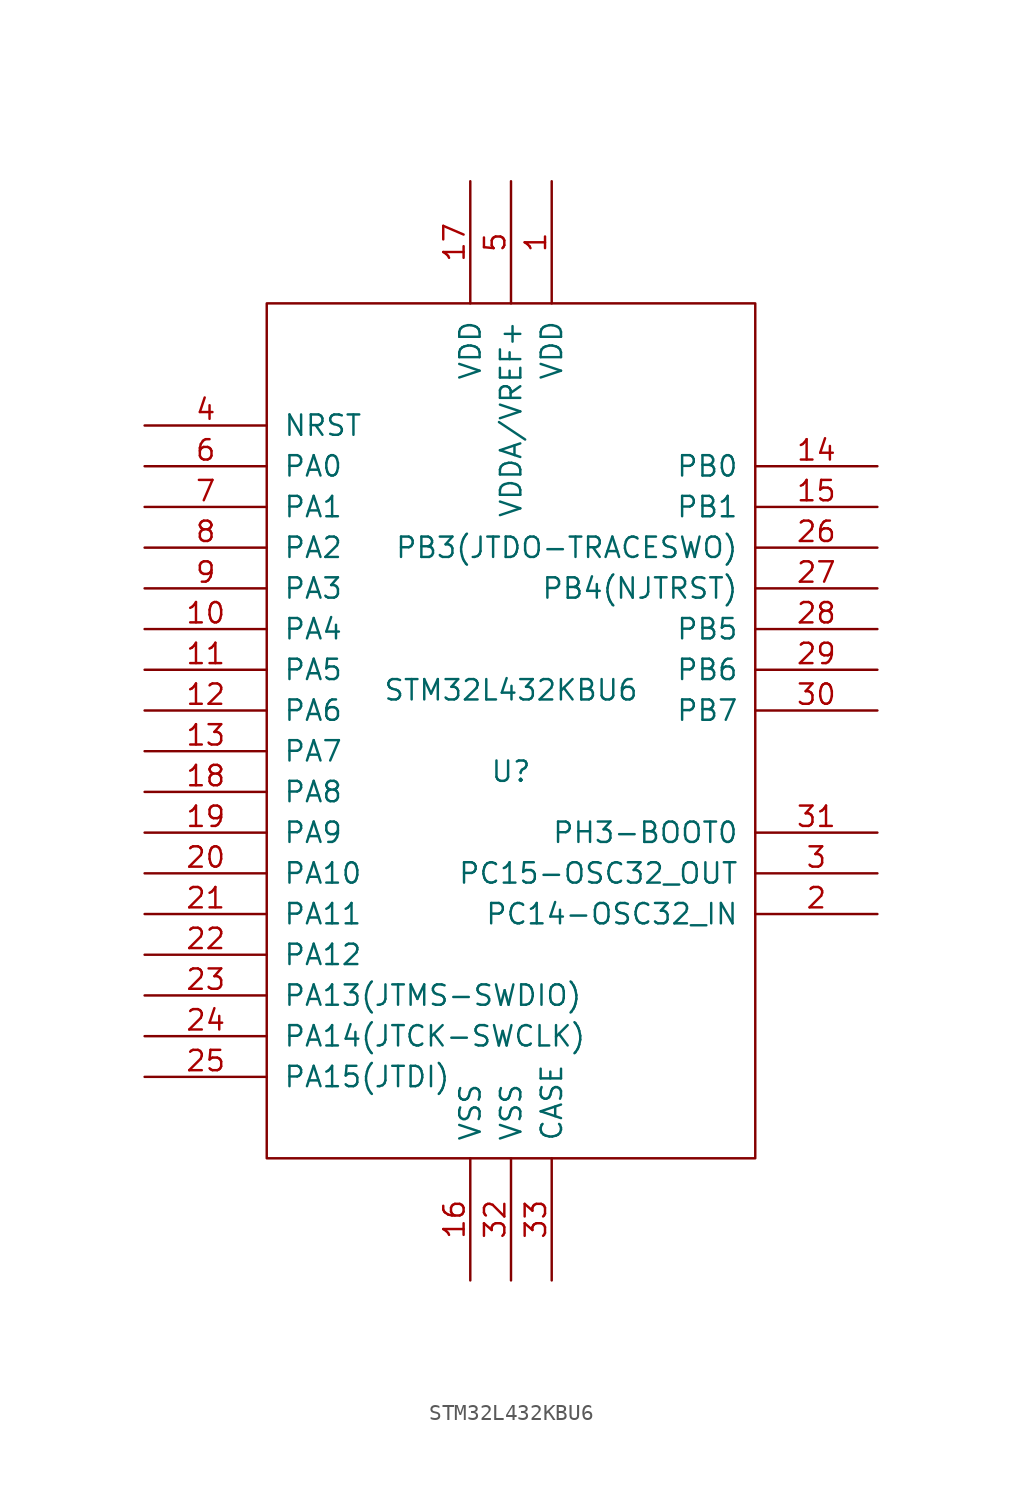
<source format=kicad_sym>
(kicad_symbol_lib
  (version 20211014)
  (generator kicad_symbol_editor)
  (symbol "STM32L432KBU6"
    (pin_names
      (offset 1.016))
    (property "Reference" "U"
      (at 0 -2.54 0)
      (effects (font (size 1.27 1.27))))
    (property "Value" "STM32L432KBU6"
      (at 0 2.54 0)
      (effects (font (size 1.27 1.27))))
    (symbol "STM32L432KBU6_1_0"
      (rectangle (start -15.24 -26.67) (end 15.24 26.67) (stroke (width 0) (type default) (color 0 0 0 0)) (fill (type none))))
    (symbol "STM32L432KBU6_1_1"
      (pin power_in line (at 2.54 34.29 270) (length 7.62) (name "VDD" (effects (font (size 1.27 1.27)))) (number "1" (effects (font (size 1.27 1.27)))))
      (pin bidirectional line (at -22.86 6.35 0) (length 7.62) (name "PA4" (effects (font (size 1.27 1.27)))) (number "10" (effects (font (size 1.27 1.27)))))
      (pin bidirectional line (at -22.86 3.81 0) (length 7.62) (name "PA5" (effects (font (size 1.27 1.27)))) (number "11" (effects (font (size 1.27 1.27)))))
      (pin bidirectional line (at -22.86 1.27 0) (length 7.62) (name "PA6" (effects (font (size 1.27 1.27)))) (number "12" (effects (font (size 1.27 1.27)))))
      (pin bidirectional line (at -22.86 -1.27 0) (length 7.62) (name "PA7" (effects (font (size 1.27 1.27)))) (number "13" (effects (font (size 1.27 1.27)))))
      (pin bidirectional line (at 22.86 16.51 180) (length 7.62) (name "PB0" (effects (font (size 1.27 1.27)))) (number "14" (effects (font (size 1.27 1.27)))))
      (pin bidirectional line (at 22.86 13.97 180) (length 7.62) (name "PB1" (effects (font (size 1.27 1.27)))) (number "15" (effects (font (size 1.27 1.27)))))
      (pin power_in line (at -2.54 -34.29 90) (length 7.62) (name "VSS" (effects (font (size 1.27 1.27)))) (number "16" (effects (font (size 1.27 1.27)))))
      (pin power_in line (at -2.54 34.29 270) (length 7.62) (name "VDD" (effects (font (size 1.27 1.27)))) (number "17" (effects (font (size 1.27 1.27)))))
      (pin bidirectional line (at -22.86 -3.81 0) (length 7.62) (name "PA8" (effects (font (size 1.27 1.27)))) (number "18" (effects (font (size 1.27 1.27)))))
      (pin bidirectional line (at -22.86 -6.35 0) (length 7.62) (name "PA9" (effects (font (size 1.27 1.27)))) (number "19" (effects (font (size 1.27 1.27)))))
      (pin input line (at 22.86 -11.43 180) (length 7.62) (name "PC14-OSC32_IN" (effects (font (size 1.27 1.27)))) (number "2" (effects (font (size 1.27 1.27)))))
      (pin bidirectional line (at -22.86 -8.89 0) (length 7.62) (name "PA10" (effects (font (size 1.27 1.27)))) (number "20" (effects (font (size 1.27 1.27)))))
      (pin bidirectional line (at -22.86 -11.43 0) (length 7.62) (name "PA11" (effects (font (size 1.27 1.27)))) (number "21" (effects (font (size 1.27 1.27)))))
      (pin bidirectional line (at -22.86 -13.97 0) (length 7.62) (name "PA12" (effects (font (size 1.27 1.27)))) (number "22" (effects (font (size 1.27 1.27)))))
      (pin bidirectional line (at -22.86 -16.51 0) (length 7.62) (name "PA13(JTMS-SWDIO)" (effects (font (size 1.27 1.27)))) (number "23" (effects (font (size 1.27 1.27)))))
      (pin bidirectional line (at -22.86 -19.05 0) (length 7.62) (name "PA14(JTCK-SWCLK)" (effects (font (size 1.27 1.27)))) (number "24" (effects (font (size 1.27 1.27)))))
      (pin bidirectional line (at -22.86 -21.59 0) (length 7.62) (name "PA15(JTDI)" (effects (font (size 1.27 1.27)))) (number "25" (effects (font (size 1.27 1.27)))))
      (pin bidirectional line (at 22.86 11.43 180) (length 7.62) (name "PB3(JTDO-TRACESWO)" (effects (font (size 1.27 1.27)))) (number "26" (effects (font (size 1.27 1.27)))))
      (pin bidirectional line (at 22.86 8.89 180) (length 7.62) (name "PB4(NJTRST)" (effects (font (size 1.27 1.27)))) (number "27" (effects (font (size 1.27 1.27)))))
      (pin bidirectional line (at 22.86 6.35 180) (length 7.62) (name "PB5" (effects (font (size 1.27 1.27)))) (number "28" (effects (font (size 1.27 1.27)))))
      (pin bidirectional line (at 22.86 3.81 180) (length 7.62) (name "PB6" (effects (font (size 1.27 1.27)))) (number "29" (effects (font (size 1.27 1.27)))))
      (pin output line (at 22.86 -8.89 180) (length 7.62) (name "PC15-OSC32_OUT" (effects (font (size 1.27 1.27)))) (number "3" (effects (font (size 1.27 1.27)))))
      (pin bidirectional line (at 22.86 1.27 180) (length 7.62) (name "PB7" (effects (font (size 1.27 1.27)))) (number "30" (effects (font (size 1.27 1.27)))))
      (pin bidirectional line (at 22.86 -6.35 180) (length 7.62) (name "PH3-BOOT0" (effects (font (size 1.27 1.27)))) (number "31" (effects (font (size 1.27 1.27)))))
      (pin power_in line (at 0 -34.29 90) (length 7.62) (name "VSS" (effects (font (size 1.27 1.27)))) (number "32" (effects (font (size 1.27 1.27)))))
      (pin passive line (at 2.54 -34.29 90) (length 7.62) (name "CASE" (effects (font (size 1.27 1.27)))) (number "33" (effects (font (size 1.27 1.27)))))
      (pin input line (at -22.86 19.05 0) (length 7.62) (name "NRST" (effects (font (size 1.27 1.27)))) (number "4" (effects (font (size 1.27 1.27)))))
      (pin power_in line (at 0 34.29 270) (length 7.62) (name "VDDA/VREF+" (effects (font (size 1.27 1.27)))) (number "5" (effects (font (size 1.27 1.27)))))
      (pin bidirectional line (at -22.86 16.51 0) (length 7.62) (name "PA0" (effects (font (size 1.27 1.27)))) (number "6" (effects (font (size 1.27 1.27)))))
      (pin bidirectional line (at -22.86 13.97 0) (length 7.62) (name "PA1" (effects (font (size 1.27 1.27)))) (number "7" (effects (font (size 1.27 1.27)))))
      (pin bidirectional line (at -22.86 11.43 0) (length 7.62) (name "PA2" (effects (font (size 1.27 1.27)))) (number "8" (effects (font (size 1.27 1.27)))))
      (pin bidirectional line (at -22.86 8.89 0) (length 7.62) (name "PA3" (effects (font (size 1.27 1.27)))) (number "9" (effects (font (size 1.27 1.27))))))))
</source>
